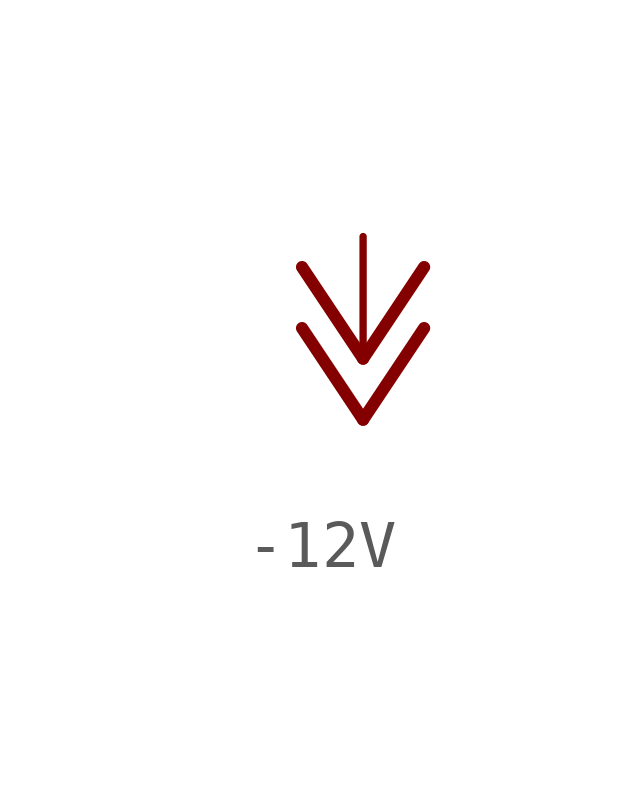
<source format=kicad_sym>
(kicad_symbol_lib
  (version 20241209)
  (generator "kicad_symbol_editor")
  (generator_version "9.0")
  (symbol "-12V"
    (power)
    (property "Reference" "#P-"
      (at 0 0 0)
      (effects (font (size 1.27 1.27)) (hide yes)))
    (property "Value" ""
      (at -2.54 -2.54 90)
      (effects (font (size 1.778 1.511)) (justify left bottom)))
    (property "ki_locked" ""
      (at 0 0 0)
      (effects (font (size 1.27 1.27))))
    (symbol "-12V_1_0"
      (polyline (pts (xy -1.27 1.905) (xy 0 0)) (stroke (width 0.254) (type solid)) (fill (type none)))
      (polyline (pts (xy -1.27 0.635) (xy 0 -1.27)) (stroke (width 0.254) (type solid)) (fill (type none)))
      (polyline (pts (xy 0 0) (xy 1.27 1.905)) (stroke (width 0.254) (type solid)) (fill (type none)))
      (polyline (pts (xy 0 -1.27) (xy 1.27 0.635)) (stroke (width 0.254) (type solid)) (fill (type none)))
      (pin power_in line (at 0 2.54 270) (length 2.54) (name "-12V" (effects (font (size 0 0)))) (number "1" (effects (font (size 0 0))))))))
</source>
